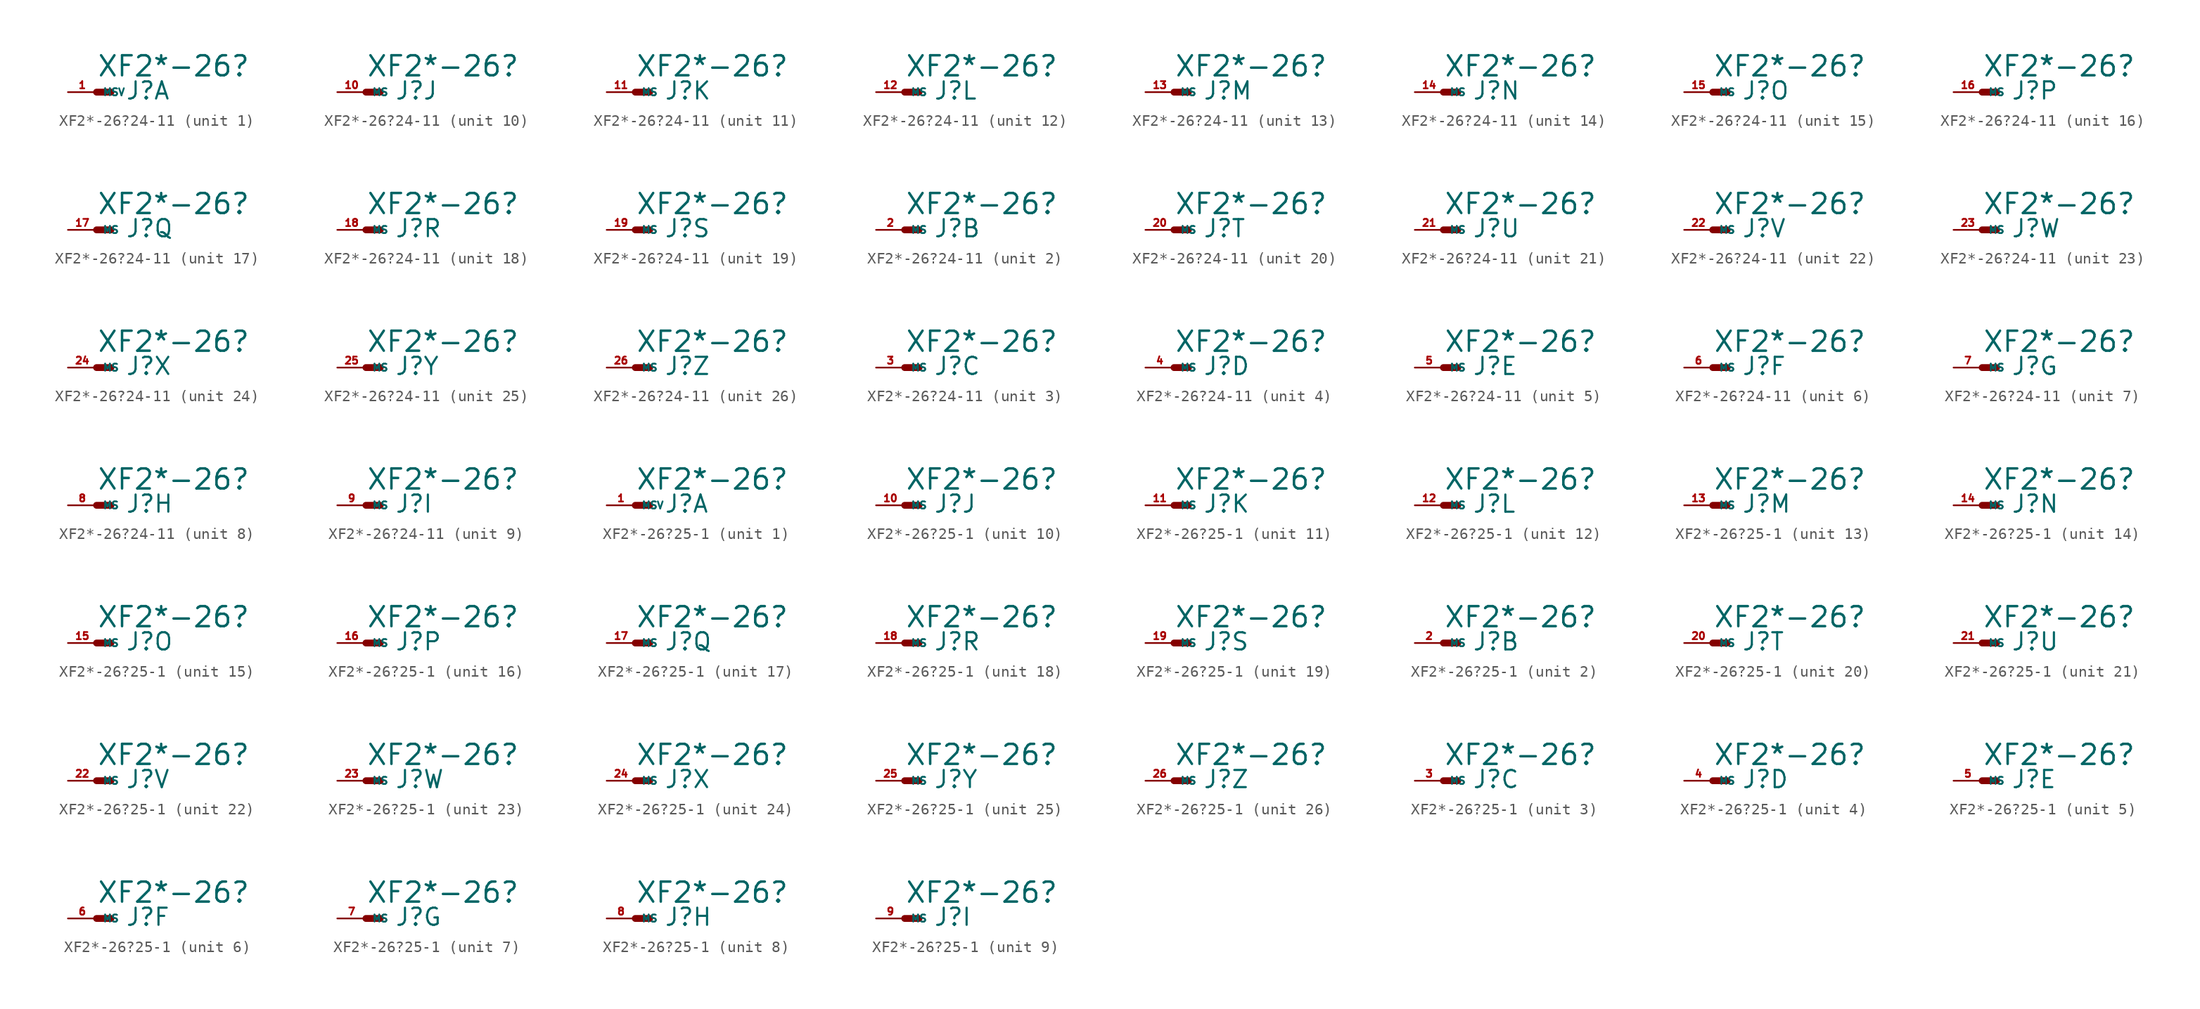
<source format=kicad_sym>
(kicad_symbol_lib
  (version 20220914)
  (generator Eagle2Kicad)
  (symbol "XF2*-26?24-11"
    (property "Reference" "J"
      (at 2.54 -0.762 0)
      (effects (font (size 1.524 1.524) (thickness 0.19)) (justify left bottom)))
    (property "Value" "XF2*-26?"
      (at 0 1.27 0)
      (effects (font (size 1.778 1.778) (thickness 0.22)) (justify left bottom)))
    (symbol "XF2*-26?24-11_1_0"
      (polyline (pts (xy 0 0) (xy 1.27 0)) (stroke (width 0.61) (type default)) (fill (type none)))
      (pin passive line (at -2.54 0 0) (length 2.54) (name "MSV" (effects (font (size 0.635 0.635) (thickness 0.08)) (justify left bottom))) (number "1" (effects (font (size 0.635 0.635) (thickness 0.08)) (justify left bottom)))))
    (symbol "XF2*-26?24-11_2_0"
      (polyline (pts (xy 0 0) (xy 1.27 0)) (stroke (width 0.61) (type default)) (fill (type none)))
      (pin passive line (at -2.54 0 0) (length 2.54) (name "MS" (effects (font (size 0.635 0.635) (thickness 0.08)) (justify left bottom))) (number "2" (effects (font (size 0.635 0.635) (thickness 0.08)) (justify left bottom)))))
    (symbol "XF2*-26?24-11_3_0"
      (polyline (pts (xy 0 0) (xy 1.27 0)) (stroke (width 0.61) (type default)) (fill (type none)))
      (pin passive line (at -2.54 0 0) (length 2.54) (name "MS" (effects (font (size 0.635 0.635) (thickness 0.08)) (justify left bottom))) (number "3" (effects (font (size 0.635 0.635) (thickness 0.08)) (justify left bottom)))))
    (symbol "XF2*-26?24-11_4_0"
      (polyline (pts (xy 0 0) (xy 1.27 0)) (stroke (width 0.61) (type default)) (fill (type none)))
      (pin passive line (at -2.54 0 0) (length 2.54) (name "MS" (effects (font (size 0.635 0.635) (thickness 0.08)) (justify left bottom))) (number "4" (effects (font (size 0.635 0.635) (thickness 0.08)) (justify left bottom)))))
    (symbol "XF2*-26?24-11_5_0"
      (polyline (pts (xy 0 0) (xy 1.27 0)) (stroke (width 0.61) (type default)) (fill (type none)))
      (pin passive line (at -2.54 0 0) (length 2.54) (name "MS" (effects (font (size 0.635 0.635) (thickness 0.08)) (justify left bottom))) (number "5" (effects (font (size 0.635 0.635) (thickness 0.08)) (justify left bottom)))))
    (symbol "XF2*-26?24-11_6_0"
      (polyline (pts (xy 0 0) (xy 1.27 0)) (stroke (width 0.61) (type default)) (fill (type none)))
      (pin passive line (at -2.54 0 0) (length 2.54) (name "MS" (effects (font (size 0.635 0.635) (thickness 0.08)) (justify left bottom))) (number "6" (effects (font (size 0.635 0.635) (thickness 0.08)) (justify left bottom)))))
    (symbol "XF2*-26?24-11_7_0"
      (polyline (pts (xy 0 0) (xy 1.27 0)) (stroke (width 0.61) (type default)) (fill (type none)))
      (pin passive line (at -2.54 0 0) (length 2.54) (name "MS" (effects (font (size 0.635 0.635) (thickness 0.08)) (justify left bottom))) (number "7" (effects (font (size 0.635 0.635) (thickness 0.08)) (justify left bottom)))))
    (symbol "XF2*-26?24-11_8_0"
      (polyline (pts (xy 0 0) (xy 1.27 0)) (stroke (width 0.61) (type default)) (fill (type none)))
      (pin passive line (at -2.54 0 0) (length 2.54) (name "MS" (effects (font (size 0.635 0.635) (thickness 0.08)) (justify left bottom))) (number "8" (effects (font (size 0.635 0.635) (thickness 0.08)) (justify left bottom)))))
    (symbol "XF2*-26?24-11_9_0"
      (polyline (pts (xy 0 0) (xy 1.27 0)) (stroke (width 0.61) (type default)) (fill (type none)))
      (pin passive line (at -2.54 0 0) (length 2.54) (name "MS" (effects (font (size 0.635 0.635) (thickness 0.08)) (justify left bottom))) (number "9" (effects (font (size 0.635 0.635) (thickness 0.08)) (justify left bottom)))))
    (symbol "XF2*-26?24-11_10_0"
      (polyline (pts (xy 0 0) (xy 1.27 0)) (stroke (width 0.61) (type default)) (fill (type none)))
      (pin passive line (at -2.54 0 0) (length 2.54) (name "MS" (effects (font (size 0.635 0.635) (thickness 0.08)) (justify left bottom))) (number "10" (effects (font (size 0.635 0.635) (thickness 0.08)) (justify left bottom)))))
    (symbol "XF2*-26?24-11_11_0"
      (polyline (pts (xy 0 0) (xy 1.27 0)) (stroke (width 0.61) (type default)) (fill (type none)))
      (pin passive line (at -2.54 0 0) (length 2.54) (name "MS" (effects (font (size 0.635 0.635) (thickness 0.08)) (justify left bottom))) (number "11" (effects (font (size 0.635 0.635) (thickness 0.08)) (justify left bottom)))))
    (symbol "XF2*-26?24-11_12_0"
      (polyline (pts (xy 0 0) (xy 1.27 0)) (stroke (width 0.61) (type default)) (fill (type none)))
      (pin passive line (at -2.54 0 0) (length 2.54) (name "MS" (effects (font (size 0.635 0.635) (thickness 0.08)) (justify left bottom))) (number "12" (effects (font (size 0.635 0.635) (thickness 0.08)) (justify left bottom)))))
    (symbol "XF2*-26?24-11_13_0"
      (polyline (pts (xy 0 0) (xy 1.27 0)) (stroke (width 0.61) (type default)) (fill (type none)))
      (pin passive line (at -2.54 0 0) (length 2.54) (name "MS" (effects (font (size 0.635 0.635) (thickness 0.08)) (justify left bottom))) (number "13" (effects (font (size 0.635 0.635) (thickness 0.08)) (justify left bottom)))))
    (symbol "XF2*-26?24-11_14_0"
      (polyline (pts (xy 0 0) (xy 1.27 0)) (stroke (width 0.61) (type default)) (fill (type none)))
      (pin passive line (at -2.54 0 0) (length 2.54) (name "MS" (effects (font (size 0.635 0.635) (thickness 0.08)) (justify left bottom))) (number "14" (effects (font (size 0.635 0.635) (thickness 0.08)) (justify left bottom)))))
    (symbol "XF2*-26?24-11_15_0"
      (polyline (pts (xy 0 0) (xy 1.27 0)) (stroke (width 0.61) (type default)) (fill (type none)))
      (pin passive line (at -2.54 0 0) (length 2.54) (name "MS" (effects (font (size 0.635 0.635) (thickness 0.08)) (justify left bottom))) (number "15" (effects (font (size 0.635 0.635) (thickness 0.08)) (justify left bottom)))))
    (symbol "XF2*-26?24-11_16_0"
      (polyline (pts (xy 0 0) (xy 1.27 0)) (stroke (width 0.61) (type default)) (fill (type none)))
      (pin passive line (at -2.54 0 0) (length 2.54) (name "MS" (effects (font (size 0.635 0.635) (thickness 0.08)) (justify left bottom))) (number "16" (effects (font (size 0.635 0.635) (thickness 0.08)) (justify left bottom)))))
    (symbol "XF2*-26?24-11_17_0"
      (polyline (pts (xy 0 0) (xy 1.27 0)) (stroke (width 0.61) (type default)) (fill (type none)))
      (pin passive line (at -2.54 0 0) (length 2.54) (name "MS" (effects (font (size 0.635 0.635) (thickness 0.08)) (justify left bottom))) (number "17" (effects (font (size 0.635 0.635) (thickness 0.08)) (justify left bottom)))))
    (symbol "XF2*-26?24-11_18_0"
      (polyline (pts (xy 0 0) (xy 1.27 0)) (stroke (width 0.61) (type default)) (fill (type none)))
      (pin passive line (at -2.54 0 0) (length 2.54) (name "MS" (effects (font (size 0.635 0.635) (thickness 0.08)) (justify left bottom))) (number "18" (effects (font (size 0.635 0.635) (thickness 0.08)) (justify left bottom)))))
    (symbol "XF2*-26?24-11_19_0"
      (polyline (pts (xy 0 0) (xy 1.27 0)) (stroke (width 0.61) (type default)) (fill (type none)))
      (pin passive line (at -2.54 0 0) (length 2.54) (name "MS" (effects (font (size 0.635 0.635) (thickness 0.08)) (justify left bottom))) (number "19" (effects (font (size 0.635 0.635) (thickness 0.08)) (justify left bottom)))))
    (symbol "XF2*-26?24-11_20_0"
      (polyline (pts (xy 0 0) (xy 1.27 0)) (stroke (width 0.61) (type default)) (fill (type none)))
      (pin passive line (at -2.54 0 0) (length 2.54) (name "MS" (effects (font (size 0.635 0.635) (thickness 0.08)) (justify left bottom))) (number "20" (effects (font (size 0.635 0.635) (thickness 0.08)) (justify left bottom)))))
    (symbol "XF2*-26?24-11_21_0"
      (polyline (pts (xy 0 0) (xy 1.27 0)) (stroke (width 0.61) (type default)) (fill (type none)))
      (pin passive line (at -2.54 0 0) (length 2.54) (name "MS" (effects (font (size 0.635 0.635) (thickness 0.08)) (justify left bottom))) (number "21" (effects (font (size 0.635 0.635) (thickness 0.08)) (justify left bottom)))))
    (symbol "XF2*-26?24-11_22_0"
      (polyline (pts (xy 0 0) (xy 1.27 0)) (stroke (width 0.61) (type default)) (fill (type none)))
      (pin passive line (at -2.54 0 0) (length 2.54) (name "MS" (effects (font (size 0.635 0.635) (thickness 0.08)) (justify left bottom))) (number "22" (effects (font (size 0.635 0.635) (thickness 0.08)) (justify left bottom)))))
    (symbol "XF2*-26?24-11_23_0"
      (polyline (pts (xy 0 0) (xy 1.27 0)) (stroke (width 0.61) (type default)) (fill (type none)))
      (pin passive line (at -2.54 0 0) (length 2.54) (name "MS" (effects (font (size 0.635 0.635) (thickness 0.08)) (justify left bottom))) (number "23" (effects (font (size 0.635 0.635) (thickness 0.08)) (justify left bottom)))))
    (symbol "XF2*-26?24-11_24_0"
      (polyline (pts (xy 0 0) (xy 1.27 0)) (stroke (width 0.61) (type default)) (fill (type none)))
      (pin passive line (at -2.54 0 0) (length 2.54) (name "MS" (effects (font (size 0.635 0.635) (thickness 0.08)) (justify left bottom))) (number "24" (effects (font (size 0.635 0.635) (thickness 0.08)) (justify left bottom)))))
    (symbol "XF2*-26?24-11_25_0"
      (polyline (pts (xy 0 0) (xy 1.27 0)) (stroke (width 0.61) (type default)) (fill (type none)))
      (pin passive line (at -2.54 0 0) (length 2.54) (name "MS" (effects (font (size 0.635 0.635) (thickness 0.08)) (justify left bottom))) (number "25" (effects (font (size 0.635 0.635) (thickness 0.08)) (justify left bottom)))))
    (symbol "XF2*-26?24-11_26_0"
      (polyline (pts (xy 0 0) (xy 1.27 0)) (stroke (width 0.61) (type default)) (fill (type none)))
      (pin passive line (at -2.54 0 0) (length 2.54) (name "MS" (effects (font (size 0.635 0.635) (thickness 0.08)) (justify left bottom))) (number "26" (effects (font (size 0.635 0.635) (thickness 0.08)) (justify left bottom))))))
  (symbol "XF2*-26?25-1"
    (property "Reference" "J"
      (at 2.54 -0.762 0)
      (effects (font (size 1.524 1.524) (thickness 0.19)) (justify left bottom)))
    (property "Value" "XF2*-26?"
      (at 0 1.27 0)
      (effects (font (size 1.778 1.778) (thickness 0.22)) (justify left bottom)))
    (symbol "XF2*-26?25-1_1_0"
      (polyline (pts (xy 0 0) (xy 1.27 0)) (stroke (width 0.61) (type default)) (fill (type none)))
      (pin passive line (at -2.54 0 0) (length 2.54) (name "MSV" (effects (font (size 0.635 0.635) (thickness 0.08)) (justify left bottom))) (number "1" (effects (font (size 0.635 0.635) (thickness 0.08)) (justify left bottom)))))
    (symbol "XF2*-26?25-1_2_0"
      (polyline (pts (xy 0 0) (xy 1.27 0)) (stroke (width 0.61) (type default)) (fill (type none)))
      (pin passive line (at -2.54 0 0) (length 2.54) (name "MS" (effects (font (size 0.635 0.635) (thickness 0.08)) (justify left bottom))) (number "2" (effects (font (size 0.635 0.635) (thickness 0.08)) (justify left bottom)))))
    (symbol "XF2*-26?25-1_3_0"
      (polyline (pts (xy 0 0) (xy 1.27 0)) (stroke (width 0.61) (type default)) (fill (type none)))
      (pin passive line (at -2.54 0 0) (length 2.54) (name "MS" (effects (font (size 0.635 0.635) (thickness 0.08)) (justify left bottom))) (number "3" (effects (font (size 0.635 0.635) (thickness 0.08)) (justify left bottom)))))
    (symbol "XF2*-26?25-1_4_0"
      (polyline (pts (xy 0 0) (xy 1.27 0)) (stroke (width 0.61) (type default)) (fill (type none)))
      (pin passive line (at -2.54 0 0) (length 2.54) (name "MS" (effects (font (size 0.635 0.635) (thickness 0.08)) (justify left bottom))) (number "4" (effects (font (size 0.635 0.635) (thickness 0.08)) (justify left bottom)))))
    (symbol "XF2*-26?25-1_5_0"
      (polyline (pts (xy 0 0) (xy 1.27 0)) (stroke (width 0.61) (type default)) (fill (type none)))
      (pin passive line (at -2.54 0 0) (length 2.54) (name "MS" (effects (font (size 0.635 0.635) (thickness 0.08)) (justify left bottom))) (number "5" (effects (font (size 0.635 0.635) (thickness 0.08)) (justify left bottom)))))
    (symbol "XF2*-26?25-1_6_0"
      (polyline (pts (xy 0 0) (xy 1.27 0)) (stroke (width 0.61) (type default)) (fill (type none)))
      (pin passive line (at -2.54 0 0) (length 2.54) (name "MS" (effects (font (size 0.635 0.635) (thickness 0.08)) (justify left bottom))) (number "6" (effects (font (size 0.635 0.635) (thickness 0.08)) (justify left bottom)))))
    (symbol "XF2*-26?25-1_7_0"
      (polyline (pts (xy 0 0) (xy 1.27 0)) (stroke (width 0.61) (type default)) (fill (type none)))
      (pin passive line (at -2.54 0 0) (length 2.54) (name "MS" (effects (font (size 0.635 0.635) (thickness 0.08)) (justify left bottom))) (number "7" (effects (font (size 0.635 0.635) (thickness 0.08)) (justify left bottom)))))
    (symbol "XF2*-26?25-1_8_0"
      (polyline (pts (xy 0 0) (xy 1.27 0)) (stroke (width 0.61) (type default)) (fill (type none)))
      (pin passive line (at -2.54 0 0) (length 2.54) (name "MS" (effects (font (size 0.635 0.635) (thickness 0.08)) (justify left bottom))) (number "8" (effects (font (size 0.635 0.635) (thickness 0.08)) (justify left bottom)))))
    (symbol "XF2*-26?25-1_9_0"
      (polyline (pts (xy 0 0) (xy 1.27 0)) (stroke (width 0.61) (type default)) (fill (type none)))
      (pin passive line (at -2.54 0 0) (length 2.54) (name "MS" (effects (font (size 0.635 0.635) (thickness 0.08)) (justify left bottom))) (number "9" (effects (font (size 0.635 0.635) (thickness 0.08)) (justify left bottom)))))
    (symbol "XF2*-26?25-1_10_0"
      (polyline (pts (xy 0 0) (xy 1.27 0)) (stroke (width 0.61) (type default)) (fill (type none)))
      (pin passive line (at -2.54 0 0) (length 2.54) (name "MS" (effects (font (size 0.635 0.635) (thickness 0.08)) (justify left bottom))) (number "10" (effects (font (size 0.635 0.635) (thickness 0.08)) (justify left bottom)))))
    (symbol "XF2*-26?25-1_11_0"
      (polyline (pts (xy 0 0) (xy 1.27 0)) (stroke (width 0.61) (type default)) (fill (type none)))
      (pin passive line (at -2.54 0 0) (length 2.54) (name "MS" (effects (font (size 0.635 0.635) (thickness 0.08)) (justify left bottom))) (number "11" (effects (font (size 0.635 0.635) (thickness 0.08)) (justify left bottom)))))
    (symbol "XF2*-26?25-1_12_0"
      (polyline (pts (xy 0 0) (xy 1.27 0)) (stroke (width 0.61) (type default)) (fill (type none)))
      (pin passive line (at -2.54 0 0) (length 2.54) (name "MS" (effects (font (size 0.635 0.635) (thickness 0.08)) (justify left bottom))) (number "12" (effects (font (size 0.635 0.635) (thickness 0.08)) (justify left bottom)))))
    (symbol "XF2*-26?25-1_13_0"
      (polyline (pts (xy 0 0) (xy 1.27 0)) (stroke (width 0.61) (type default)) (fill (type none)))
      (pin passive line (at -2.54 0 0) (length 2.54) (name "MS" (effects (font (size 0.635 0.635) (thickness 0.08)) (justify left bottom))) (number "13" (effects (font (size 0.635 0.635) (thickness 0.08)) (justify left bottom)))))
    (symbol "XF2*-26?25-1_14_0"
      (polyline (pts (xy 0 0) (xy 1.27 0)) (stroke (width 0.61) (type default)) (fill (type none)))
      (pin passive line (at -2.54 0 0) (length 2.54) (name "MS" (effects (font (size 0.635 0.635) (thickness 0.08)) (justify left bottom))) (number "14" (effects (font (size 0.635 0.635) (thickness 0.08)) (justify left bottom)))))
    (symbol "XF2*-26?25-1_15_0"
      (polyline (pts (xy 0 0) (xy 1.27 0)) (stroke (width 0.61) (type default)) (fill (type none)))
      (pin passive line (at -2.54 0 0) (length 2.54) (name "MS" (effects (font (size 0.635 0.635) (thickness 0.08)) (justify left bottom))) (number "15" (effects (font (size 0.635 0.635) (thickness 0.08)) (justify left bottom)))))
    (symbol "XF2*-26?25-1_16_0"
      (polyline (pts (xy 0 0) (xy 1.27 0)) (stroke (width 0.61) (type default)) (fill (type none)))
      (pin passive line (at -2.54 0 0) (length 2.54) (name "MS" (effects (font (size 0.635 0.635) (thickness 0.08)) (justify left bottom))) (number "16" (effects (font (size 0.635 0.635) (thickness 0.08)) (justify left bottom)))))
    (symbol "XF2*-26?25-1_17_0"
      (polyline (pts (xy 0 0) (xy 1.27 0)) (stroke (width 0.61) (type default)) (fill (type none)))
      (pin passive line (at -2.54 0 0) (length 2.54) (name "MS" (effects (font (size 0.635 0.635) (thickness 0.08)) (justify left bottom))) (number "17" (effects (font (size 0.635 0.635) (thickness 0.08)) (justify left bottom)))))
    (symbol "XF2*-26?25-1_18_0"
      (polyline (pts (xy 0 0) (xy 1.27 0)) (stroke (width 0.61) (type default)) (fill (type none)))
      (pin passive line (at -2.54 0 0) (length 2.54) (name "MS" (effects (font (size 0.635 0.635) (thickness 0.08)) (justify left bottom))) (number "18" (effects (font (size 0.635 0.635) (thickness 0.08)) (justify left bottom)))))
    (symbol "XF2*-26?25-1_19_0"
      (polyline (pts (xy 0 0) (xy 1.27 0)) (stroke (width 0.61) (type default)) (fill (type none)))
      (pin passive line (at -2.54 0 0) (length 2.54) (name "MS" (effects (font (size 0.635 0.635) (thickness 0.08)) (justify left bottom))) (number "19" (effects (font (size 0.635 0.635) (thickness 0.08)) (justify left bottom)))))
    (symbol "XF2*-26?25-1_20_0"
      (polyline (pts (xy 0 0) (xy 1.27 0)) (stroke (width 0.61) (type default)) (fill (type none)))
      (pin passive line (at -2.54 0 0) (length 2.54) (name "MS" (effects (font (size 0.635 0.635) (thickness 0.08)) (justify left bottom))) (number "20" (effects (font (size 0.635 0.635) (thickness 0.08)) (justify left bottom)))))
    (symbol "XF2*-26?25-1_21_0"
      (polyline (pts (xy 0 0) (xy 1.27 0)) (stroke (width 0.61) (type default)) (fill (type none)))
      (pin passive line (at -2.54 0 0) (length 2.54) (name "MS" (effects (font (size 0.635 0.635) (thickness 0.08)) (justify left bottom))) (number "21" (effects (font (size 0.635 0.635) (thickness 0.08)) (justify left bottom)))))
    (symbol "XF2*-26?25-1_22_0"
      (polyline (pts (xy 0 0) (xy 1.27 0)) (stroke (width 0.61) (type default)) (fill (type none)))
      (pin passive line (at -2.54 0 0) (length 2.54) (name "MS" (effects (font (size 0.635 0.635) (thickness 0.08)) (justify left bottom))) (number "22" (effects (font (size 0.635 0.635) (thickness 0.08)) (justify left bottom)))))
    (symbol "XF2*-26?25-1_23_0"
      (polyline (pts (xy 0 0) (xy 1.27 0)) (stroke (width 0.61) (type default)) (fill (type none)))
      (pin passive line (at -2.54 0 0) (length 2.54) (name "MS" (effects (font (size 0.635 0.635) (thickness 0.08)) (justify left bottom))) (number "23" (effects (font (size 0.635 0.635) (thickness 0.08)) (justify left bottom)))))
    (symbol "XF2*-26?25-1_24_0"
      (polyline (pts (xy 0 0) (xy 1.27 0)) (stroke (width 0.61) (type default)) (fill (type none)))
      (pin passive line (at -2.54 0 0) (length 2.54) (name "MS" (effects (font (size 0.635 0.635) (thickness 0.08)) (justify left bottom))) (number "24" (effects (font (size 0.635 0.635) (thickness 0.08)) (justify left bottom)))))
    (symbol "XF2*-26?25-1_25_0"
      (polyline (pts (xy 0 0) (xy 1.27 0)) (stroke (width 0.61) (type default)) (fill (type none)))
      (pin passive line (at -2.54 0 0) (length 2.54) (name "MS" (effects (font (size 0.635 0.635) (thickness 0.08)) (justify left bottom))) (number "25" (effects (font (size 0.635 0.635) (thickness 0.08)) (justify left bottom)))))
    (symbol "XF2*-26?25-1_26_0"
      (polyline (pts (xy 0 0) (xy 1.27 0)) (stroke (width 0.61) (type default)) (fill (type none)))
      (pin passive line (at -2.54 0 0) (length 2.54) (name "MS" (effects (font (size 0.635 0.635) (thickness 0.08)) (justify left bottom))) (number "26" (effects (font (size 0.635 0.635) (thickness 0.08)) (justify left bottom)))))))
</source>
